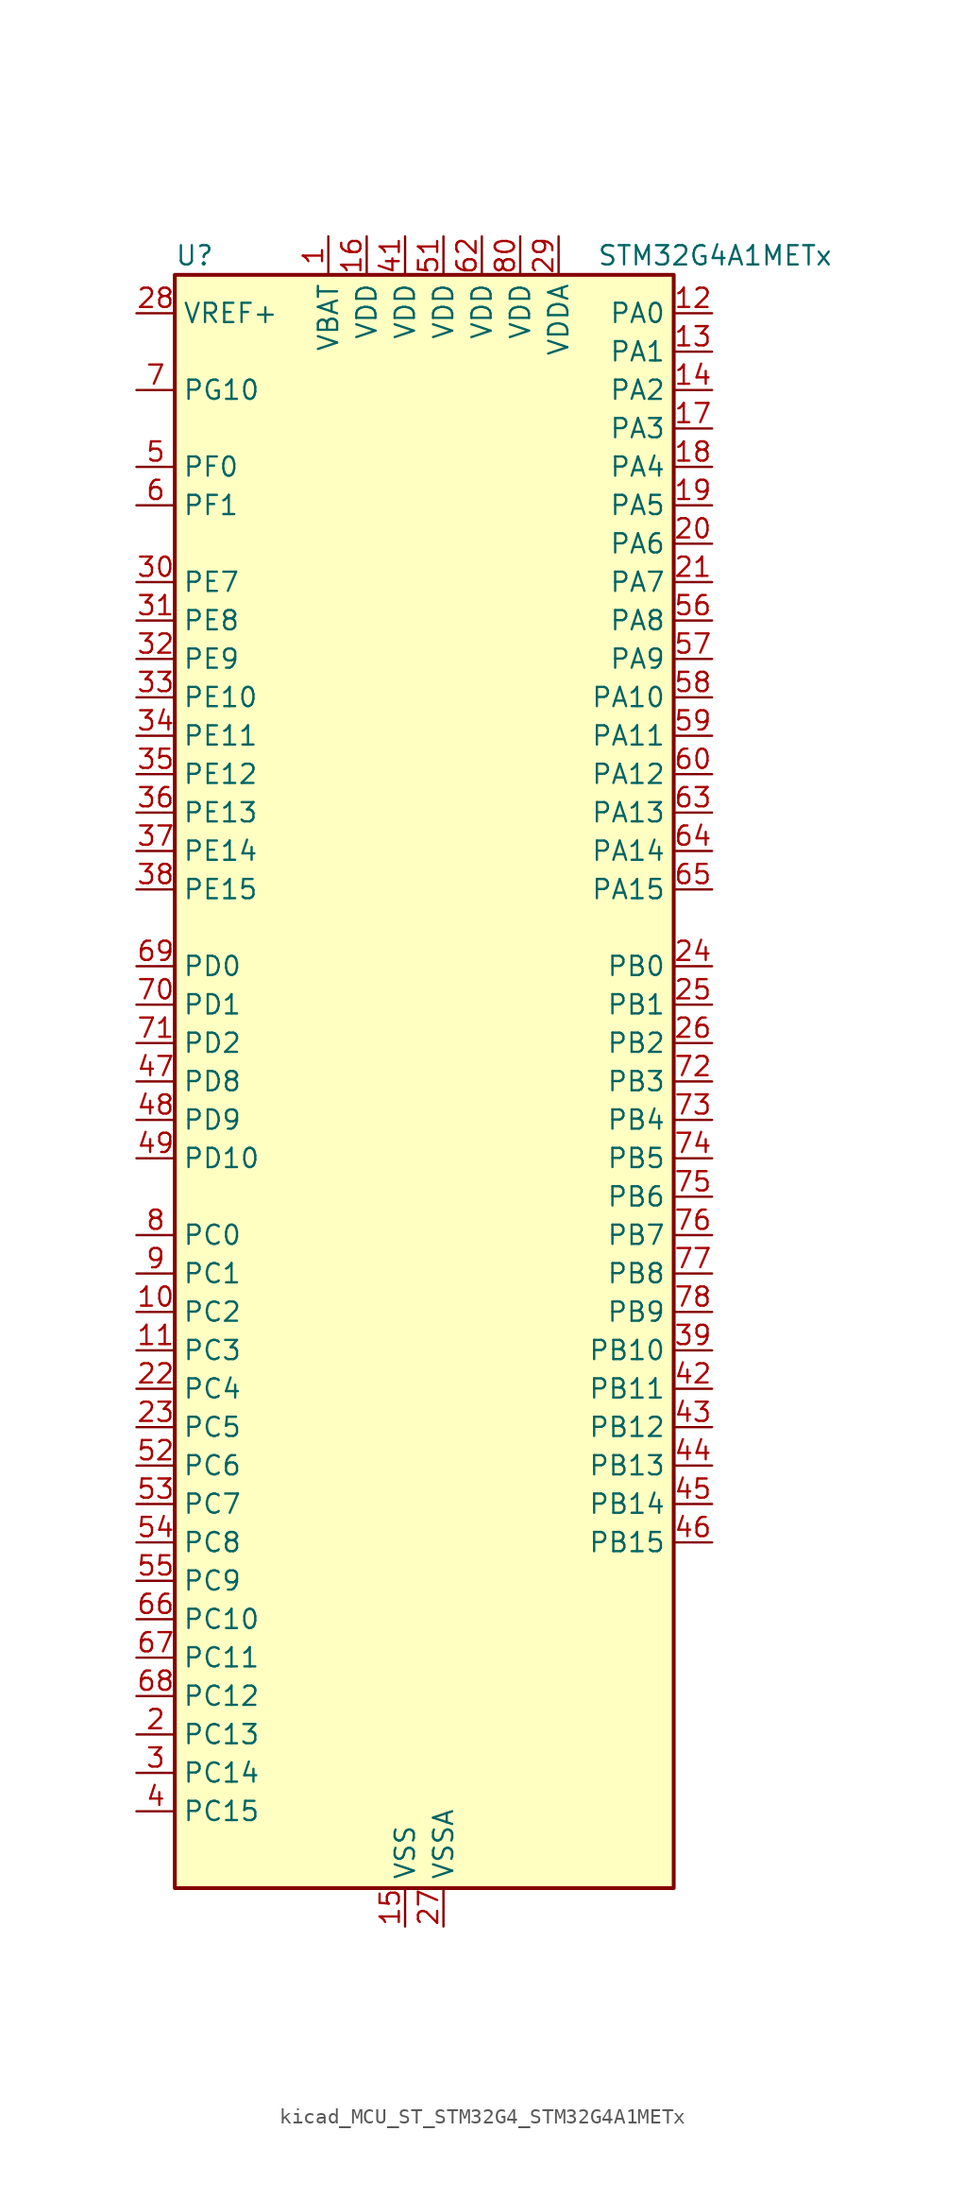
<source format=kicad_sym>
(kicad_symbol_lib
  (version 20220914)
  (generator kicad_symbol_editor)
  (symbol "kicad_MCU_ST_STM32G4_STM32G4A1METx"
    (property "Reference" "U"
      (at -15.24 54.61 0)
      (effects (font (size 1.27 1.27)) (justify left)))
    (property "Value" "STM32G4A1METx"
      (at 12.7 54.61 0)
      (effects (font (size 1.27 1.27)) (justify left)))
    (property "ki_locked" ""
      (at 0 0 0)
      (effects (font (size 1.27 1.27))))
    (symbol "kicad_MCU_ST_STM32G4_STM32G4A1METx_0_1"
      (rectangle (start -15.24 -53.34) (end 17.78 53.34) (stroke (width 0.254) (type default)) (fill (type background))))
    (symbol "kicad_MCU_ST_STM32G4_STM32G4A1METx_1_1"
      (pin power_in line (at -5.08 55.88 270) (length 2.54) (name "VBAT" (effects (font (size 1.27 1.27)))) (number "1" (effects (font (size 1.27 1.27)))))
      (pin bidirectional line (at -17.78 -15.24 0) (length 2.54) (name "PC2" (effects (font (size 1.27 1.27)))) (number "10" (effects (font (size 1.27 1.27)))) (alternate "ADC1_IN8" bidirectional line) (alternate "ADC2_IN8" bidirectional line) (alternate "ADC3_EXTI2" bidirectional line) (alternate "COMP3_OUT" bidirectional line) (alternate "LPTIM1_IN2" bidirectional line) (alternate "QUADSPI1_BK2_IO1" bidirectional line) (alternate "TIM1_CH3" bidirectional line) (alternate "TIM20_CH2" bidirectional line))
      (pin bidirectional line (at -17.78 -17.78 0) (length 2.54) (name "PC3" (effects (font (size 1.27 1.27)))) (number "11" (effects (font (size 1.27 1.27)))) (alternate "ADC1_IN9" bidirectional line) (alternate "ADC2_IN9" bidirectional line) (alternate "ADC3_EXTI3" bidirectional line) (alternate "LPTIM1_ETR" bidirectional line) (alternate "QUADSPI1_BK2_IO2" bidirectional line) (alternate "SAI1_D1" bidirectional line) (alternate "SAI1_SD_A" bidirectional line) (alternate "TIM1_BKIN2" bidirectional line) (alternate "TIM1_CH4" bidirectional line))
      (pin bidirectional line (at 20.32 50.8 180) (length 2.54) (name "PA0" (effects (font (size 1.27 1.27)))) (number "12" (effects (font (size 1.27 1.27)))) (alternate "ADC1_IN1" bidirectional line) (alternate "ADC2_IN1" bidirectional line) (alternate "COMP1_INM" bidirectional line) (alternate "COMP1_OUT" bidirectional line) (alternate "COMP3_INP" bidirectional line) (alternate "RTC_TAMP2" bidirectional line) (alternate "SYS_WKUP1" bidirectional line) (alternate "TIM2_CH1" bidirectional line) (alternate "TIM2_ETR" bidirectional line) (alternate "TIM8_BKIN" bidirectional line) (alternate "TIM8_ETR" bidirectional line) (alternate "USART2_CTS" bidirectional line) (alternate "USART2_NSS" bidirectional line))
      (pin bidirectional line (at 20.32 48.26 180) (length 2.54) (name "PA1" (effects (font (size 1.27 1.27)))) (number "13" (effects (font (size 1.27 1.27)))) (alternate "ADC1_IN2" bidirectional line) (alternate "ADC2_IN2" bidirectional line) (alternate "COMP1_INP" bidirectional line) (alternate "OPAMP1_VINP" bidirectional line) (alternate "OPAMP1_VINP_SEC" bidirectional line) (alternate "OPAMP3_VINP" bidirectional line) (alternate "OPAMP3_VINP_SEC" bidirectional line) (alternate "OPAMP6_VINM" bidirectional line) (alternate "OPAMP6_VINM0" bidirectional line) (alternate "OPAMP6_VINM_SEC" bidirectional line) (alternate "RTC_REFIN" bidirectional line) (alternate "TIM15_CH1N" bidirectional line) (alternate "TIM2_CH2" bidirectional line) (alternate "USART2_DE" bidirectional line) (alternate "USART2_RTS" bidirectional line))
      (pin bidirectional line (at 20.32 45.72 180) (length 2.54) (name "PA2" (effects (font (size 1.27 1.27)))) (number "14" (effects (font (size 1.27 1.27)))) (alternate "ADC1_IN3" bidirectional line) (alternate "ADC3_EXTI2" bidirectional line) (alternate "COMP2_INM" bidirectional line) (alternate "COMP2_OUT" bidirectional line) (alternate "LPUART1_TX" bidirectional line) (alternate "OPAMP1_VOUT" bidirectional line) (alternate "QUADSPI1_BK1_NCS" bidirectional line) (alternate "RCC_LSCO" bidirectional line) (alternate "SYS_WKUP4" bidirectional line) (alternate "TIM15_CH1" bidirectional line) (alternate "TIM2_CH3" bidirectional line) (alternate "UCPD1_FRSTX1" bidirectional line) (alternate "UCPD1_FRSTX2" bidirectional line) (alternate "USART2_TX" bidirectional line))
      (pin power_in line (at 0 -55.88 90) (length 2.54) (name "VSS" (effects (font (size 1.27 1.27)))) (number "15" (effects (font (size 1.27 1.27)))))
      (pin power_in line (at -2.54 55.88 270) (length 2.54) (name "VDD" (effects (font (size 1.27 1.27)))) (number "16" (effects (font (size 1.27 1.27)))))
      (pin bidirectional line (at 20.32 43.18 180) (length 2.54) (name "PA3" (effects (font (size 1.27 1.27)))) (number "17" (effects (font (size 1.27 1.27)))) (alternate "ADC1_IN4" bidirectional line) (alternate "ADC3_EXTI3" bidirectional line) (alternate "COMP2_INP" bidirectional line) (alternate "LPUART1_RX" bidirectional line) (alternate "OPAMP1_VINM" bidirectional line) (alternate "OPAMP1_VINM0" bidirectional line) (alternate "OPAMP1_VINM_SEC" bidirectional line) (alternate "OPAMP1_VINP" bidirectional line) (alternate "OPAMP1_VINP_SEC" bidirectional line) (alternate "QUADSPI1_CLK" bidirectional line) (alternate "SAI1_CK1" bidirectional line) (alternate "SAI1_MCLK_A" bidirectional line) (alternate "TIM15_CH2" bidirectional line) (alternate "TIM2_CH4" bidirectional line) (alternate "USART2_RX" bidirectional line))
      (pin bidirectional line (at 20.32 40.64 180) (length 2.54) (name "PA4" (effects (font (size 1.27 1.27)))) (number "18" (effects (font (size 1.27 1.27)))) (alternate "ADC2_IN17" bidirectional line) (alternate "COMP1_INM" bidirectional line) (alternate "DAC1_OUT1" bidirectional line) (alternate "I2S3_WS" bidirectional line) (alternate "SAI1_FS_B" bidirectional line) (alternate "SPI1_NSS" bidirectional line) (alternate "SPI3_NSS" bidirectional line) (alternate "TIM3_CH2" bidirectional line) (alternate "USART2_CK" bidirectional line))
      (pin bidirectional line (at 20.32 38.1 180) (length 2.54) (name "PA5" (effects (font (size 1.27 1.27)))) (number "19" (effects (font (size 1.27 1.27)))) (alternate "ADC2_IN13" bidirectional line) (alternate "COMP2_INM" bidirectional line) (alternate "DAC1_OUT2" bidirectional line) (alternate "OPAMP2_VINM" bidirectional line) (alternate "OPAMP2_VINM0" bidirectional line) (alternate "OPAMP2_VINM_SEC" bidirectional line) (alternate "SPI1_SCK" bidirectional line) (alternate "TIM2_CH1" bidirectional line) (alternate "TIM2_ETR" bidirectional line) (alternate "UCPD1_FRSTX1" bidirectional line) (alternate "UCPD1_FRSTX2" bidirectional line))
      (pin bidirectional line (at -17.78 -43.18 0) (length 2.54) (name "PC13" (effects (font (size 1.27 1.27)))) (number "2" (effects (font (size 1.27 1.27)))) (alternate "RTC_OUT1" bidirectional line) (alternate "RTC_TAMP1" bidirectional line) (alternate "RTC_TS" bidirectional line) (alternate "SYS_WKUP2" bidirectional line) (alternate "TIM1_BKIN" bidirectional line) (alternate "TIM1_CH1N" bidirectional line) (alternate "TIM8_CH4N" bidirectional line))
      (pin bidirectional line (at 20.32 35.56 180) (length 2.54) (name "PA6" (effects (font (size 1.27 1.27)))) (number "20" (effects (font (size 1.27 1.27)))) (alternate "ADC2_IN3" bidirectional line) (alternate "COMP1_OUT" bidirectional line) (alternate "LPUART1_CTS" bidirectional line) (alternate "OPAMP2_VOUT" bidirectional line) (alternate "QUADSPI1_BK1_IO3" bidirectional line) (alternate "SPI1_MISO" bidirectional line) (alternate "TIM16_CH1" bidirectional line) (alternate "TIM1_BKIN" bidirectional line) (alternate "TIM3_CH1" bidirectional line) (alternate "TIM8_BKIN" bidirectional line))
      (pin bidirectional line (at 20.32 33.02 180) (length 2.54) (name "PA7" (effects (font (size 1.27 1.27)))) (number "21" (effects (font (size 1.27 1.27)))) (alternate "ADC2_IN4" bidirectional line) (alternate "COMP2_INP" bidirectional line) (alternate "COMP2_OUT" bidirectional line) (alternate "OPAMP1_VINP" bidirectional line) (alternate "OPAMP1_VINP_SEC" bidirectional line) (alternate "OPAMP2_VINP" bidirectional line) (alternate "OPAMP2_VINP_SEC" bidirectional line) (alternate "QUADSPI1_BK1_IO2" bidirectional line) (alternate "SPI1_MOSI" bidirectional line) (alternate "TIM17_CH1" bidirectional line) (alternate "TIM1_CH1N" bidirectional line) (alternate "TIM3_CH2" bidirectional line) (alternate "TIM8_CH1N" bidirectional line) (alternate "UCPD1_FRSTX1" bidirectional line) (alternate "UCPD1_FRSTX2" bidirectional line))
      (pin bidirectional line (at -17.78 -20.32 0) (length 2.54) (name "PC4" (effects (font (size 1.27 1.27)))) (number "22" (effects (font (size 1.27 1.27)))) (alternate "ADC2_IN5" bidirectional line) (alternate "I2C2_SCL" bidirectional line) (alternate "QUADSPI1_BK2_IO3" bidirectional line) (alternate "TIM1_ETR" bidirectional line) (alternate "USART1_TX" bidirectional line))
      (pin bidirectional line (at -17.78 -22.86 0) (length 2.54) (name "PC5" (effects (font (size 1.27 1.27)))) (number "23" (effects (font (size 1.27 1.27)))) (alternate "ADC2_IN11" bidirectional line) (alternate "OPAMP1_VINM" bidirectional line) (alternate "OPAMP1_VINM1" bidirectional line) (alternate "OPAMP1_VINM_SEC" bidirectional line) (alternate "OPAMP2_VINM" bidirectional line) (alternate "OPAMP2_VINM1" bidirectional line) (alternate "OPAMP2_VINM_SEC" bidirectional line) (alternate "SAI1_D3" bidirectional line) (alternate "SYS_WKUP5" bidirectional line) (alternate "TIM15_BKIN" bidirectional line) (alternate "TIM1_CH4N" bidirectional line) (alternate "USART1_RX" bidirectional line))
      (pin bidirectional line (at 20.32 7.62 180) (length 2.54) (name "PB0" (effects (font (size 1.27 1.27)))) (number "24" (effects (font (size 1.27 1.27)))) (alternate "ADC1_IN15" bidirectional line) (alternate "ADC3_IN12" bidirectional line) (alternate "COMP4_INP" bidirectional line) (alternate "OPAMP2_VINP" bidirectional line) (alternate "OPAMP2_VINP_SEC" bidirectional line) (alternate "OPAMP3_VINP" bidirectional line) (alternate "OPAMP3_VINP_SEC" bidirectional line) (alternate "QUADSPI1_BK1_IO1" bidirectional line) (alternate "TIM1_CH2N" bidirectional line) (alternate "TIM3_CH3" bidirectional line) (alternate "TIM8_CH2N" bidirectional line) (alternate "UCPD1_FRSTX1" bidirectional line) (alternate "UCPD1_FRSTX2" bidirectional line))
      (pin bidirectional line (at 20.32 5.08 180) (length 2.54) (name "PB1" (effects (font (size 1.27 1.27)))) (number "25" (effects (font (size 1.27 1.27)))) (alternate "ADC1_IN12" bidirectional line) (alternate "ADC3_IN1" bidirectional line) (alternate "COMP1_INP" bidirectional line) (alternate "COMP4_OUT" bidirectional line) (alternate "LPUART1_DE" bidirectional line) (alternate "LPUART1_RTS" bidirectional line) (alternate "OPAMP3_VOUT" bidirectional line) (alternate "OPAMP6_VINM" bidirectional line) (alternate "OPAMP6_VINM1" bidirectional line) (alternate "OPAMP6_VINM_SEC" bidirectional line) (alternate "QUADSPI1_BK1_IO0" bidirectional line) (alternate "TIM1_CH3N" bidirectional line) (alternate "TIM3_CH4" bidirectional line) (alternate "TIM8_CH3N" bidirectional line))
      (pin bidirectional line (at 20.32 2.54 180) (length 2.54) (name "PB2" (effects (font (size 1.27 1.27)))) (number "26" (effects (font (size 1.27 1.27)))) (alternate "ADC2_IN12" bidirectional line) (alternate "ADC3_EXTI2" bidirectional line) (alternate "COMP4_INM" bidirectional line) (alternate "I2C3_SMBA" bidirectional line) (alternate "LPTIM1_OUT" bidirectional line) (alternate "OPAMP3_VINM" bidirectional line) (alternate "OPAMP3_VINM0" bidirectional line) (alternate "OPAMP3_VINM_SEC" bidirectional line) (alternate "QUADSPI1_BK2_IO1" bidirectional line) (alternate "RTC_OUT2" bidirectional line) (alternate "TIM20_CH1" bidirectional line))
      (pin power_in line (at 2.54 -55.88 90) (length 2.54) (name "VSSA" (effects (font (size 1.27 1.27)))) (number "27" (effects (font (size 1.27 1.27)))))
      (pin input line (at -17.78 50.8 0) (length 2.54) (name "VREF+" (effects (font (size 1.27 1.27)))) (number "28" (effects (font (size 1.27 1.27)))) (alternate "VREFBUF_OUT" bidirectional line))
      (pin power_in line (at 10.16 55.88 270) (length 2.54) (name "VDDA" (effects (font (size 1.27 1.27)))) (number "29" (effects (font (size 1.27 1.27)))))
      (pin bidirectional line (at -17.78 -45.72 0) (length 2.54) (name "PC14" (effects (font (size 1.27 1.27)))) (number "3" (effects (font (size 1.27 1.27)))) (alternate "RCC_OSC32_IN" bidirectional line))
      (pin bidirectional line (at -17.78 33.02 0) (length 2.54) (name "PE7" (effects (font (size 1.27 1.27)))) (number "30" (effects (font (size 1.27 1.27)))) (alternate "ADC3_IN4" bidirectional line) (alternate "COMP4_INP" bidirectional line) (alternate "SAI1_SD_B" bidirectional line) (alternate "TIM1_ETR" bidirectional line))
      (pin bidirectional line (at -17.78 30.48 0) (length 2.54) (name "PE8" (effects (font (size 1.27 1.27)))) (number "31" (effects (font (size 1.27 1.27)))) (alternate "ADC3_IN6" bidirectional line) (alternate "COMP4_INM" bidirectional line) (alternate "SAI1_SCK_B" bidirectional line) (alternate "TIM1_CH1N" bidirectional line))
      (pin bidirectional line (at -17.78 27.94 0) (length 2.54) (name "PE9" (effects (font (size 1.27 1.27)))) (number "32" (effects (font (size 1.27 1.27)))) (alternate "ADC3_IN2" bidirectional line) (alternate "DAC1_EXTI9" bidirectional line) (alternate "DAC3_EXTI9" bidirectional line) (alternate "SAI1_FS_B" bidirectional line) (alternate "TIM1_CH1" bidirectional line))
      (pin bidirectional line (at -17.78 25.4 0) (length 2.54) (name "PE10" (effects (font (size 1.27 1.27)))) (number "33" (effects (font (size 1.27 1.27)))) (alternate "ADC3_IN14" bidirectional line) (alternate "DAC1_EXTI10" bidirectional line) (alternate "DAC3_EXTI10" bidirectional line) (alternate "QUADSPI1_CLK" bidirectional line) (alternate "SAI1_MCLK_B" bidirectional line) (alternate "TIM1_CH2N" bidirectional line))
      (pin bidirectional line (at -17.78 22.86 0) (length 2.54) (name "PE11" (effects (font (size 1.27 1.27)))) (number "34" (effects (font (size 1.27 1.27)))) (alternate "ADC1_EXTI11" bidirectional line) (alternate "ADC2_EXTI11" bidirectional line) (alternate "ADC3_IN15" bidirectional line) (alternate "QUADSPI1_BK1_NCS" bidirectional line) (alternate "TIM1_CH2" bidirectional line))
      (pin bidirectional line (at -17.78 20.32 0) (length 2.54) (name "PE12" (effects (font (size 1.27 1.27)))) (number "35" (effects (font (size 1.27 1.27)))) (alternate "ADC3_IN16" bidirectional line) (alternate "QUADSPI1_BK1_IO0" bidirectional line) (alternate "TIM1_CH3N" bidirectional line))
      (pin bidirectional line (at -17.78 17.78 0) (length 2.54) (name "PE13" (effects (font (size 1.27 1.27)))) (number "36" (effects (font (size 1.27 1.27)))) (alternate "ADC3_IN3" bidirectional line) (alternate "QUADSPI1_BK1_IO1" bidirectional line) (alternate "TIM1_CH3" bidirectional line))
      (pin bidirectional line (at -17.78 15.24 0) (length 2.54) (name "PE14" (effects (font (size 1.27 1.27)))) (number "37" (effects (font (size 1.27 1.27)))) (alternate "QUADSPI1_BK1_IO2" bidirectional line) (alternate "TIM1_BKIN2" bidirectional line) (alternate "TIM1_CH4" bidirectional line))
      (pin bidirectional line (at -17.78 12.7 0) (length 2.54) (name "PE15" (effects (font (size 1.27 1.27)))) (number "38" (effects (font (size 1.27 1.27)))) (alternate "ADC1_EXTI15" bidirectional line) (alternate "ADC2_EXTI15" bidirectional line) (alternate "QUADSPI1_BK1_IO3" bidirectional line) (alternate "TIM1_BKIN" bidirectional line) (alternate "TIM1_CH4N" bidirectional line) (alternate "USART3_RX" bidirectional line))
      (pin bidirectional line (at 20.32 -17.78 180) (length 2.54) (name "PB10" (effects (font (size 1.27 1.27)))) (number "39" (effects (font (size 1.27 1.27)))) (alternate "DAC1_EXTI10" bidirectional line) (alternate "DAC3_EXTI10" bidirectional line) (alternate "LPUART1_RX" bidirectional line) (alternate "OPAMP3_VINM" bidirectional line) (alternate "OPAMP3_VINM1" bidirectional line) (alternate "OPAMP3_VINM_SEC" bidirectional line) (alternate "QUADSPI1_CLK" bidirectional line) (alternate "SAI1_SCK_A" bidirectional line) (alternate "TIM1_BKIN" bidirectional line) (alternate "TIM2_CH3" bidirectional line) (alternate "USART3_TX" bidirectional line))
      (pin bidirectional line (at -17.78 -48.26 0) (length 2.54) (name "PC15" (effects (font (size 1.27 1.27)))) (number "4" (effects (font (size 1.27 1.27)))) (alternate "ADC1_EXTI15" bidirectional line) (alternate "ADC2_EXTI15" bidirectional line) (alternate "RCC_OSC32_OUT" bidirectional line))
      (pin passive line (at 0 -55.88 90) (length 2.54) hide (name "VSS" (effects (font (size 1.27 1.27)))) (number "40" (effects (font (size 1.27 1.27)))))
      (pin power_in line (at 0 55.88 270) (length 2.54) (name "VDD" (effects (font (size 1.27 1.27)))) (number "41" (effects (font (size 1.27 1.27)))))
      (pin bidirectional line (at 20.32 -20.32 180) (length 2.54) (name "PB11" (effects (font (size 1.27 1.27)))) (number "42" (effects (font (size 1.27 1.27)))) (alternate "ADC1_EXTI11" bidirectional line) (alternate "ADC1_IN14" bidirectional line) (alternate "ADC2_EXTI11" bidirectional line) (alternate "ADC2_IN14" bidirectional line) (alternate "LPUART1_TX" bidirectional line) (alternate "OPAMP6_VOUT" bidirectional line) (alternate "QUADSPI1_BK1_NCS" bidirectional line) (alternate "TIM2_CH4" bidirectional line) (alternate "USART3_RX" bidirectional line))
      (pin bidirectional line (at 20.32 -22.86 180) (length 2.54) (name "PB12" (effects (font (size 1.27 1.27)))) (number "43" (effects (font (size 1.27 1.27)))) (alternate "ADC1_IN11" bidirectional line) (alternate "FDCAN2_RX" bidirectional line) (alternate "I2C2_SMBA" bidirectional line) (alternate "I2S2_WS" bidirectional line) (alternate "LPUART1_DE" bidirectional line) (alternate "LPUART1_RTS" bidirectional line) (alternate "OPAMP6_VINP" bidirectional line) (alternate "OPAMP6_VINP_SEC" bidirectional line) (alternate "SPI2_NSS" bidirectional line) (alternate "TIM1_BKIN" bidirectional line) (alternate "USART3_CK" bidirectional line))
      (pin bidirectional line (at 20.32 -25.4 180) (length 2.54) (name "PB13" (effects (font (size 1.27 1.27)))) (number "44" (effects (font (size 1.27 1.27)))) (alternate "ADC3_IN5" bidirectional line) (alternate "FDCAN2_TX" bidirectional line) (alternate "I2S2_CK" bidirectional line) (alternate "LPUART1_CTS" bidirectional line) (alternate "OPAMP3_VINP" bidirectional line) (alternate "OPAMP3_VINP_SEC" bidirectional line) (alternate "OPAMP6_VINP" bidirectional line) (alternate "OPAMP6_VINP_SEC" bidirectional line) (alternate "SPI2_SCK" bidirectional line) (alternate "TIM1_CH1N" bidirectional line) (alternate "USART3_CTS" bidirectional line) (alternate "USART3_NSS" bidirectional line))
      (pin bidirectional line (at 20.32 -27.94 180) (length 2.54) (name "PB14" (effects (font (size 1.27 1.27)))) (number "45" (effects (font (size 1.27 1.27)))) (alternate "ADC1_IN5" bidirectional line) (alternate "COMP4_OUT" bidirectional line) (alternate "OPAMP2_VINP" bidirectional line) (alternate "OPAMP2_VINP_SEC" bidirectional line) (alternate "SPI2_MISO" bidirectional line) (alternate "TIM15_CH1" bidirectional line) (alternate "TIM1_CH2N" bidirectional line) (alternate "USART3_DE" bidirectional line) (alternate "USART3_RTS" bidirectional line))
      (pin bidirectional line (at 20.32 -30.48 180) (length 2.54) (name "PB15" (effects (font (size 1.27 1.27)))) (number "46" (effects (font (size 1.27 1.27)))) (alternate "ADC1_EXTI15" bidirectional line) (alternate "ADC2_EXTI15" bidirectional line) (alternate "ADC2_IN15" bidirectional line) (alternate "COMP3_OUT" bidirectional line) (alternate "I2S2_SD" bidirectional line) (alternate "RTC_REFIN" bidirectional line) (alternate "SPI2_MOSI" bidirectional line) (alternate "TIM15_CH1N" bidirectional line) (alternate "TIM15_CH2" bidirectional line) (alternate "TIM1_CH3N" bidirectional line))
      (pin bidirectional line (at -17.78 0 0) (length 2.54) (name "PD8" (effects (font (size 1.27 1.27)))) (number "47" (effects (font (size 1.27 1.27)))) (alternate "USART3_TX" bidirectional line))
      (pin bidirectional line (at -17.78 -2.54 0) (length 2.54) (name "PD9" (effects (font (size 1.27 1.27)))) (number "48" (effects (font (size 1.27 1.27)))) (alternate "DAC1_EXTI9" bidirectional line) (alternate "DAC3_EXTI9" bidirectional line) (alternate "OPAMP6_VINP" bidirectional line) (alternate "OPAMP6_VINP_SEC" bidirectional line) (alternate "USART3_RX" bidirectional line))
      (pin bidirectional line (at -17.78 -5.08 0) (length 2.54) (name "PD10" (effects (font (size 1.27 1.27)))) (number "49" (effects (font (size 1.27 1.27)))) (alternate "ADC3_IN7" bidirectional line) (alternate "DAC1_EXTI10" bidirectional line) (alternate "DAC3_EXTI10" bidirectional line) (alternate "USART3_CK" bidirectional line))
      (pin bidirectional line (at -17.78 40.64 0) (length 2.54) (name "PF0" (effects (font (size 1.27 1.27)))) (number "5" (effects (font (size 1.27 1.27)))) (alternate "ADC1_IN10" bidirectional line) (alternate "I2C2_SDA" bidirectional line) (alternate "I2S2_WS" bidirectional line) (alternate "RCC_OSC_IN" bidirectional line) (alternate "SPI2_NSS" bidirectional line) (alternate "TIM1_CH3N" bidirectional line))
      (pin passive line (at 0 -55.88 90) (length 2.54) hide (name "VSS" (effects (font (size 1.27 1.27)))) (number "50" (effects (font (size 1.27 1.27)))))
      (pin power_in line (at 2.54 55.88 270) (length 2.54) (name "VDD" (effects (font (size 1.27 1.27)))) (number "51" (effects (font (size 1.27 1.27)))))
      (pin bidirectional line (at -17.78 -25.4 0) (length 2.54) (name "PC6" (effects (font (size 1.27 1.27)))) (number "52" (effects (font (size 1.27 1.27)))) (alternate "I2S2_MCK" bidirectional line) (alternate "TIM3_CH1" bidirectional line) (alternate "TIM8_CH1" bidirectional line))
      (pin bidirectional line (at -17.78 -27.94 0) (length 2.54) (name "PC7" (effects (font (size 1.27 1.27)))) (number "53" (effects (font (size 1.27 1.27)))) (alternate "I2S3_MCK" bidirectional line) (alternate "TIM3_CH2" bidirectional line) (alternate "TIM8_CH2" bidirectional line))
      (pin bidirectional line (at -17.78 -30.48 0) (length 2.54) (name "PC8" (effects (font (size 1.27 1.27)))) (number "54" (effects (font (size 1.27 1.27)))) (alternate "I2C3_SCL" bidirectional line) (alternate "TIM20_CH3" bidirectional line) (alternate "TIM3_CH3" bidirectional line) (alternate "TIM8_CH3" bidirectional line))
      (pin bidirectional line (at -17.78 -33.02 0) (length 2.54) (name "PC9" (effects (font (size 1.27 1.27)))) (number "55" (effects (font (size 1.27 1.27)))) (alternate "DAC1_EXTI9" bidirectional line) (alternate "DAC3_EXTI9" bidirectional line) (alternate "I2C3_SDA" bidirectional line) (alternate "I2S_CKIN" bidirectional line) (alternate "TIM3_CH4" bidirectional line) (alternate "TIM8_BKIN2" bidirectional line) (alternate "TIM8_CH4" bidirectional line))
      (pin bidirectional line (at 20.32 30.48 180) (length 2.54) (name "PA8" (effects (font (size 1.27 1.27)))) (number "56" (effects (font (size 1.27 1.27)))) (alternate "I2C2_SDA" bidirectional line) (alternate "I2C3_SCL" bidirectional line) (alternate "I2S2_MCK" bidirectional line) (alternate "RCC_MCO" bidirectional line) (alternate "SAI1_CK2" bidirectional line) (alternate "SAI1_SCK_A" bidirectional line) (alternate "TIM1_CH1" bidirectional line) (alternate "TIM4_ETR" bidirectional line) (alternate "USART1_CK" bidirectional line))
      (pin bidirectional line (at 20.32 27.94 180) (length 2.54) (name "PA9" (effects (font (size 1.27 1.27)))) (number "57" (effects (font (size 1.27 1.27)))) (alternate "DAC1_EXTI9" bidirectional line) (alternate "DAC3_EXTI9" bidirectional line) (alternate "I2C2_SCL" bidirectional line) (alternate "I2C3_SMBA" bidirectional line) (alternate "I2S3_MCK" bidirectional line) (alternate "SAI1_FS_A" bidirectional line) (alternate "TIM15_BKIN" bidirectional line) (alternate "TIM1_CH2" bidirectional line) (alternate "TIM2_CH3" bidirectional line) (alternate "UCPD1_DBCC1" bidirectional line) (alternate "USART1_TX" bidirectional line))
      (pin bidirectional line (at 20.32 25.4 180) (length 2.54) (name "PA10" (effects (font (size 1.27 1.27)))) (number "58" (effects (font (size 1.27 1.27)))) (alternate "CRS_SYNC" bidirectional line) (alternate "DAC1_EXTI10" bidirectional line) (alternate "DAC3_EXTI10" bidirectional line) (alternate "I2C2_SMBA" bidirectional line) (alternate "SAI1_D1" bidirectional line) (alternate "SAI1_SD_A" bidirectional line) (alternate "SPI2_MISO" bidirectional line) (alternate "TIM17_BKIN" bidirectional line) (alternate "TIM1_CH3" bidirectional line) (alternate "TIM2_CH4" bidirectional line) (alternate "TIM8_BKIN" bidirectional line) (alternate "UCPD1_DBCC2" bidirectional line) (alternate "USART1_RX" bidirectional line))
      (pin bidirectional line (at 20.32 22.86 180) (length 2.54) (name "PA11" (effects (font (size 1.27 1.27)))) (number "59" (effects (font (size 1.27 1.27)))) (alternate "ADC1_EXTI11" bidirectional line) (alternate "ADC2_EXTI11" bidirectional line) (alternate "COMP1_OUT" bidirectional line) (alternate "FDCAN1_RX" bidirectional line) (alternate "I2S2_SD" bidirectional line) (alternate "SPI2_MOSI" bidirectional line) (alternate "TIM1_BKIN2" bidirectional line) (alternate "TIM1_CH1N" bidirectional line) (alternate "TIM1_CH4" bidirectional line) (alternate "TIM4_CH1" bidirectional line) (alternate "USART1_CTS" bidirectional line) (alternate "USART1_NSS" bidirectional line) (alternate "USB_DM" bidirectional line))
      (pin bidirectional line (at -17.78 38.1 0) (length 2.54) (name "PF1" (effects (font (size 1.27 1.27)))) (number "6" (effects (font (size 1.27 1.27)))) (alternate "ADC2_IN10" bidirectional line) (alternate "COMP3_INM" bidirectional line) (alternate "I2S2_CK" bidirectional line) (alternate "RCC_OSC_OUT" bidirectional line) (alternate "SPI2_SCK" bidirectional line))
      (pin bidirectional line (at 20.32 20.32 180) (length 2.54) (name "PA12" (effects (font (size 1.27 1.27)))) (number "60" (effects (font (size 1.27 1.27)))) (alternate "COMP2_OUT" bidirectional line) (alternate "FDCAN1_TX" bidirectional line) (alternate "I2S_CKIN" bidirectional line) (alternate "TIM16_CH1" bidirectional line) (alternate "TIM1_CH2N" bidirectional line) (alternate "TIM1_ETR" bidirectional line) (alternate "TIM4_CH2" bidirectional line) (alternate "USART1_DE" bidirectional line) (alternate "USART1_RTS" bidirectional line) (alternate "USB_DP" bidirectional line))
      (pin passive line (at 0 -55.88 90) (length 2.54) hide (name "VSS" (effects (font (size 1.27 1.27)))) (number "61" (effects (font (size 1.27 1.27)))))
      (pin power_in line (at 5.08 55.88 270) (length 2.54) (name "VDD" (effects (font (size 1.27 1.27)))) (number "62" (effects (font (size 1.27 1.27)))))
      (pin bidirectional line (at 20.32 17.78 180) (length 2.54) (name "PA13" (effects (font (size 1.27 1.27)))) (number "63" (effects (font (size 1.27 1.27)))) (alternate "I2C1_SCL" bidirectional line) (alternate "IR_OUT" bidirectional line) (alternate "SAI1_SD_B" bidirectional line) (alternate "SYS_JTMS-SWDIO" bidirectional line) (alternate "TIM16_CH1N" bidirectional line) (alternate "TIM4_CH3" bidirectional line) (alternate "USART3_CTS" bidirectional line) (alternate "USART3_NSS" bidirectional line))
      (pin bidirectional line (at 20.32 15.24 180) (length 2.54) (name "PA14" (effects (font (size 1.27 1.27)))) (number "64" (effects (font (size 1.27 1.27)))) (alternate "I2C1_SDA" bidirectional line) (alternate "LPTIM1_OUT" bidirectional line) (alternate "SAI1_FS_B" bidirectional line) (alternate "SYS_JTCK-SWCLK" bidirectional line) (alternate "TIM1_BKIN" bidirectional line) (alternate "TIM8_CH2" bidirectional line) (alternate "USART2_TX" bidirectional line))
      (pin bidirectional line (at 20.32 12.7 180) (length 2.54) (name "PA15" (effects (font (size 1.27 1.27)))) (number "65" (effects (font (size 1.27 1.27)))) (alternate "ADC1_EXTI15" bidirectional line) (alternate "ADC2_EXTI15" bidirectional line) (alternate "I2C1_SCL" bidirectional line) (alternate "I2S3_WS" bidirectional line) (alternate "SPI1_NSS" bidirectional line) (alternate "SPI3_NSS" bidirectional line) (alternate "SYS_JTDI" bidirectional line) (alternate "TIM1_BKIN" bidirectional line) (alternate "TIM20_ETR" bidirectional line) (alternate "TIM2_CH1" bidirectional line) (alternate "TIM2_ETR" bidirectional line) (alternate "TIM8_CH1" bidirectional line) (alternate "UART4_DE" bidirectional line) (alternate "UART4_RTS" bidirectional line) (alternate "USART2_RX" bidirectional line))
      (pin bidirectional line (at -17.78 -35.56 0) (length 2.54) (name "PC10" (effects (font (size 1.27 1.27)))) (number "66" (effects (font (size 1.27 1.27)))) (alternate "DAC1_EXTI10" bidirectional line) (alternate "DAC3_EXTI10" bidirectional line) (alternate "I2S3_CK" bidirectional line) (alternate "SPI3_SCK" bidirectional line) (alternate "TIM8_CH1N" bidirectional line) (alternate "UART4_TX" bidirectional line) (alternate "USART3_TX" bidirectional line))
      (pin bidirectional line (at -17.78 -38.1 0) (length 2.54) (name "PC11" (effects (font (size 1.27 1.27)))) (number "67" (effects (font (size 1.27 1.27)))) (alternate "ADC1_EXTI11" bidirectional line) (alternate "ADC2_EXTI11" bidirectional line) (alternate "I2C3_SDA" bidirectional line) (alternate "SPI3_MISO" bidirectional line) (alternate "TIM8_CH2N" bidirectional line) (alternate "UART4_RX" bidirectional line) (alternate "USART3_RX" bidirectional line))
      (pin bidirectional line (at -17.78 -40.64 0) (length 2.54) (name "PC12" (effects (font (size 1.27 1.27)))) (number "68" (effects (font (size 1.27 1.27)))) (alternate "I2S3_SD" bidirectional line) (alternate "SPI3_MOSI" bidirectional line) (alternate "TIM8_CH3N" bidirectional line) (alternate "UART5_TX" bidirectional line) (alternate "UCPD1_FRSTX1" bidirectional line) (alternate "UCPD1_FRSTX2" bidirectional line) (alternate "USART3_CK" bidirectional line))
      (pin bidirectional line (at -17.78 7.62 0) (length 2.54) (name "PD0" (effects (font (size 1.27 1.27)))) (number "69" (effects (font (size 1.27 1.27)))) (alternate "FDCAN1_RX" bidirectional line) (alternate "TIM8_CH4N" bidirectional line))
      (pin bidirectional line (at -17.78 45.72 0) (length 2.54) (name "PG10" (effects (font (size 1.27 1.27)))) (number "7" (effects (font (size 1.27 1.27)))) (alternate "DAC1_EXTI10" bidirectional line) (alternate "DAC3_EXTI10" bidirectional line) (alternate "RCC_MCO" bidirectional line))
      (pin bidirectional line (at -17.78 5.08 0) (length 2.54) (name "PD1" (effects (font (size 1.27 1.27)))) (number "70" (effects (font (size 1.27 1.27)))) (alternate "FDCAN1_TX" bidirectional line) (alternate "TIM8_BKIN2" bidirectional line) (alternate "TIM8_CH4" bidirectional line))
      (pin bidirectional line (at -17.78 2.54 0) (length 2.54) (name "PD2" (effects (font (size 1.27 1.27)))) (number "71" (effects (font (size 1.27 1.27)))) (alternate "ADC3_EXTI2" bidirectional line) (alternate "TIM3_ETR" bidirectional line) (alternate "TIM8_BKIN" bidirectional line) (alternate "UART5_RX" bidirectional line))
      (pin bidirectional line (at 20.32 0 180) (length 2.54) (name "PB3" (effects (font (size 1.27 1.27)))) (number "72" (effects (font (size 1.27 1.27)))) (alternate "ADC3_EXTI3" bidirectional line) (alternate "CRS_SYNC" bidirectional line) (alternate "I2S3_CK" bidirectional line) (alternate "SAI1_SCK_B" bidirectional line) (alternate "SPI1_SCK" bidirectional line) (alternate "SPI3_SCK" bidirectional line) (alternate "SYS_JTDO-SWO" bidirectional line) (alternate "TIM2_CH2" bidirectional line) (alternate "TIM3_ETR" bidirectional line) (alternate "TIM4_ETR" bidirectional line) (alternate "TIM8_CH1N" bidirectional line) (alternate "USART2_TX" bidirectional line))
      (pin bidirectional line (at 20.32 -2.54 180) (length 2.54) (name "PB4" (effects (font (size 1.27 1.27)))) (number "73" (effects (font (size 1.27 1.27)))) (alternate "SAI1_MCLK_B" bidirectional line) (alternate "SPI1_MISO" bidirectional line) (alternate "SPI3_MISO" bidirectional line) (alternate "SYS_JTRST" bidirectional line) (alternate "TIM16_CH1" bidirectional line) (alternate "TIM17_BKIN" bidirectional line) (alternate "TIM3_CH1" bidirectional line) (alternate "TIM8_CH2N" bidirectional line) (alternate "UART5_DE" bidirectional line) (alternate "UART5_RTS" bidirectional line) (alternate "UCPD1_CC2" bidirectional line) (alternate "USART2_RX" bidirectional line))
      (pin bidirectional line (at 20.32 -5.08 180) (length 2.54) (name "PB5" (effects (font (size 1.27 1.27)))) (number "74" (effects (font (size 1.27 1.27)))) (alternate "FDCAN2_RX" bidirectional line) (alternate "I2C1_SMBA" bidirectional line) (alternate "I2C3_SDA" bidirectional line) (alternate "I2S3_SD" bidirectional line) (alternate "LPTIM1_IN1" bidirectional line) (alternate "SAI1_SD_B" bidirectional line) (alternate "SPI1_MOSI" bidirectional line) (alternate "SPI3_MOSI" bidirectional line) (alternate "TIM16_BKIN" bidirectional line) (alternate "TIM17_CH1" bidirectional line) (alternate "TIM3_CH2" bidirectional line) (alternate "TIM8_CH3N" bidirectional line) (alternate "UART5_CTS" bidirectional line) (alternate "USART2_CK" bidirectional line))
      (pin bidirectional line (at 20.32 -7.62 180) (length 2.54) (name "PB6" (effects (font (size 1.27 1.27)))) (number "75" (effects (font (size 1.27 1.27)))) (alternate "COMP4_OUT" bidirectional line) (alternate "FDCAN2_TX" bidirectional line) (alternate "LPTIM1_ETR" bidirectional line) (alternate "SAI1_FS_B" bidirectional line) (alternate "TIM16_CH1N" bidirectional line) (alternate "TIM4_CH1" bidirectional line) (alternate "TIM8_BKIN2" bidirectional line) (alternate "TIM8_CH1" bidirectional line) (alternate "TIM8_ETR" bidirectional line) (alternate "UCPD1_CC1" bidirectional line) (alternate "USART1_TX" bidirectional line))
      (pin bidirectional line (at 20.32 -10.16 180) (length 2.54) (name "PB7" (effects (font (size 1.27 1.27)))) (number "76" (effects (font (size 1.27 1.27)))) (alternate "COMP3_OUT" bidirectional line) (alternate "I2C1_SDA" bidirectional line) (alternate "LPTIM1_IN2" bidirectional line) (alternate "SYS_PVD_IN" bidirectional line) (alternate "TIM17_CH1N" bidirectional line) (alternate "TIM3_CH4" bidirectional line) (alternate "TIM4_CH2" bidirectional line) (alternate "TIM8_BKIN" bidirectional line) (alternate "UART4_CTS" bidirectional line) (alternate "USART1_RX" bidirectional line))
      (pin bidirectional line (at 20.32 -12.7 180) (length 2.54) (name "PB8" (effects (font (size 1.27 1.27)))) (number "77" (effects (font (size 1.27 1.27)))) (alternate "COMP1_OUT" bidirectional line) (alternate "FDCAN1_RX" bidirectional line) (alternate "I2C1_SCL" bidirectional line) (alternate "SAI1_CK1" bidirectional line) (alternate "SAI1_MCLK_A" bidirectional line) (alternate "TIM16_CH1" bidirectional line) (alternate "TIM1_BKIN" bidirectional line) (alternate "TIM4_CH3" bidirectional line) (alternate "TIM8_CH2" bidirectional line) (alternate "USART3_RX" bidirectional line))
      (pin bidirectional line (at 20.32 -15.24 180) (length 2.54) (name "PB9" (effects (font (size 1.27 1.27)))) (number "78" (effects (font (size 1.27 1.27)))) (alternate "COMP2_OUT" bidirectional line) (alternate "DAC1_EXTI9" bidirectional line) (alternate "DAC3_EXTI9" bidirectional line) (alternate "FDCAN1_TX" bidirectional line) (alternate "I2C1_SDA" bidirectional line) (alternate "IR_OUT" bidirectional line) (alternate "SAI1_D2" bidirectional line) (alternate "SAI1_FS_A" bidirectional line) (alternate "TIM17_CH1" bidirectional line) (alternate "TIM1_CH3N" bidirectional line) (alternate "TIM4_CH4" bidirectional line) (alternate "TIM8_CH3" bidirectional line) (alternate "USART3_TX" bidirectional line))
      (pin passive line (at 0 -55.88 90) (length 2.54) hide (name "VSS" (effects (font (size 1.27 1.27)))) (number "79" (effects (font (size 1.27 1.27)))))
      (pin bidirectional line (at -17.78 -10.16 0) (length 2.54) (name "PC0" (effects (font (size 1.27 1.27)))) (number "8" (effects (font (size 1.27 1.27)))) (alternate "ADC1_IN6" bidirectional line) (alternate "ADC2_IN6" bidirectional line) (alternate "COMP3_INM" bidirectional line) (alternate "LPTIM1_IN1" bidirectional line) (alternate "LPUART1_RX" bidirectional line) (alternate "TIM1_CH1" bidirectional line))
      (pin power_in line (at 7.62 55.88 270) (length 2.54) (name "VDD" (effects (font (size 1.27 1.27)))) (number "80" (effects (font (size 1.27 1.27)))))
      (pin bidirectional line (at -17.78 -12.7 0) (length 2.54) (name "PC1" (effects (font (size 1.27 1.27)))) (number "9" (effects (font (size 1.27 1.27)))) (alternate "ADC1_IN7" bidirectional line) (alternate "ADC2_IN7" bidirectional line) (alternate "COMP3_INP" bidirectional line) (alternate "LPTIM1_OUT" bidirectional line) (alternate "LPUART1_TX" bidirectional line) (alternate "QUADSPI1_BK2_IO0" bidirectional line) (alternate "SAI1_SD_A" bidirectional line) (alternate "TIM1_CH2" bidirectional line)))))
</source>
